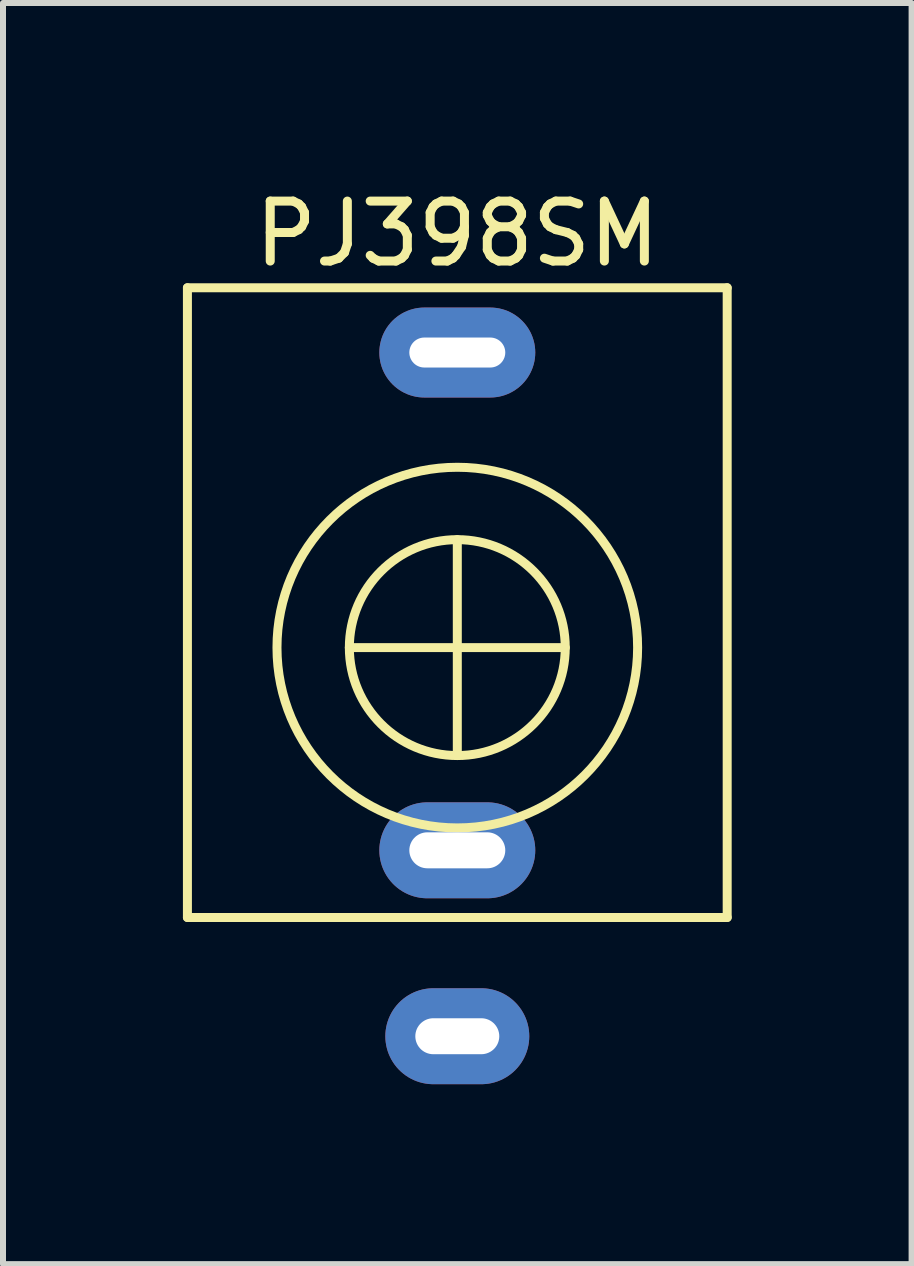
<source format=kicad_pcb>
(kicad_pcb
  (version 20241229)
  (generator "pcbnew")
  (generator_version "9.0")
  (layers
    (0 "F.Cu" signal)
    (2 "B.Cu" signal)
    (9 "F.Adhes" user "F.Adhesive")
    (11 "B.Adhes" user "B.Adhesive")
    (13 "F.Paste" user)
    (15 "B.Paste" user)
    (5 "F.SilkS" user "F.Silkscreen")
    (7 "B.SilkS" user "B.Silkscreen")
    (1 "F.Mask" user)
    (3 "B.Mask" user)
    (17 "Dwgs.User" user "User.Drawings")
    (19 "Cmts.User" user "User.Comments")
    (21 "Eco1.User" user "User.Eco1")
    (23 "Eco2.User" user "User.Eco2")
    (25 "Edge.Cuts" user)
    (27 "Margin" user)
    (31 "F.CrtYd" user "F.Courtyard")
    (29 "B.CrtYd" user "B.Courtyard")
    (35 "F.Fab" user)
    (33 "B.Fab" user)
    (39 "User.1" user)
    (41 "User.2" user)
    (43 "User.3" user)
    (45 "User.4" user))
  (footprint "PJ398SM"
    (layer "F.Cu")
    (at 4.575 7.748)
    (property "Reference" "PJ398SM" (at 0 -6.9 0) (layer "F.SilkS") (effects (font (size 1 1) (thickness 0.15))))
    (attr through_hole)
    (fp_line (start -4.5 -6) (end -4.5 4.5) (stroke (width 0.15) (type solid)) (layer "F.SilkS"))
    (fp_line (start -4.5 4.5) (end 4.5 4.5) (stroke (width 0.15) (type solid)) (layer "F.SilkS"))
    (fp_line (start 0 -1.8) (end 0 1.8) (stroke (width 0.15) (type solid)) (layer "F.SilkS"))
    (fp_line (start 1.8 0) (end -1.8 0) (stroke (width 0.15) (type solid)) (layer "F.SilkS"))
    (fp_line (start 4.5 -6) (end -4.5 -6) (stroke (width 0.15) (type solid)) (layer "F.SilkS"))
    (fp_line (start 4.5 4.5) (end 4.5 -6) (stroke (width 0.15) (type solid)) (layer "F.SilkS"))
    (fp_circle (center 0 0) (end 1.8 0) (stroke (width 0.15) (type solid)) (fill no) (layer "F.SilkS"))
    (fp_circle (center 0 0) (end 3 0.2) (stroke (width 0.15) (type solid)) (fill no) (layer "F.SilkS"))
    (pad "1" thru_hole oval (at 0 -4.92) (size 2.6 1.5) (drill oval 1.6 0.5) (layers "*.Cu" "*.Mask"))
    (pad "2" thru_hole oval (at 0 6.48) (size 2.4 1.6) (drill oval 1.4 0.6) (layers "*.Cu" "*.Mask"))
    (pad "3" thru_hole oval (at 0 3.38) (size 2.6 1.6) (drill oval 1.6 0.6) (layers "*.Cu" "*.Mask")))
  (gr_rect
    (start -3 -3)
    (end 12.15 18.028)
    (stroke (width 0.1) (type default))
    (fill no)
    (layer "Edge.Cuts")))
</source>
